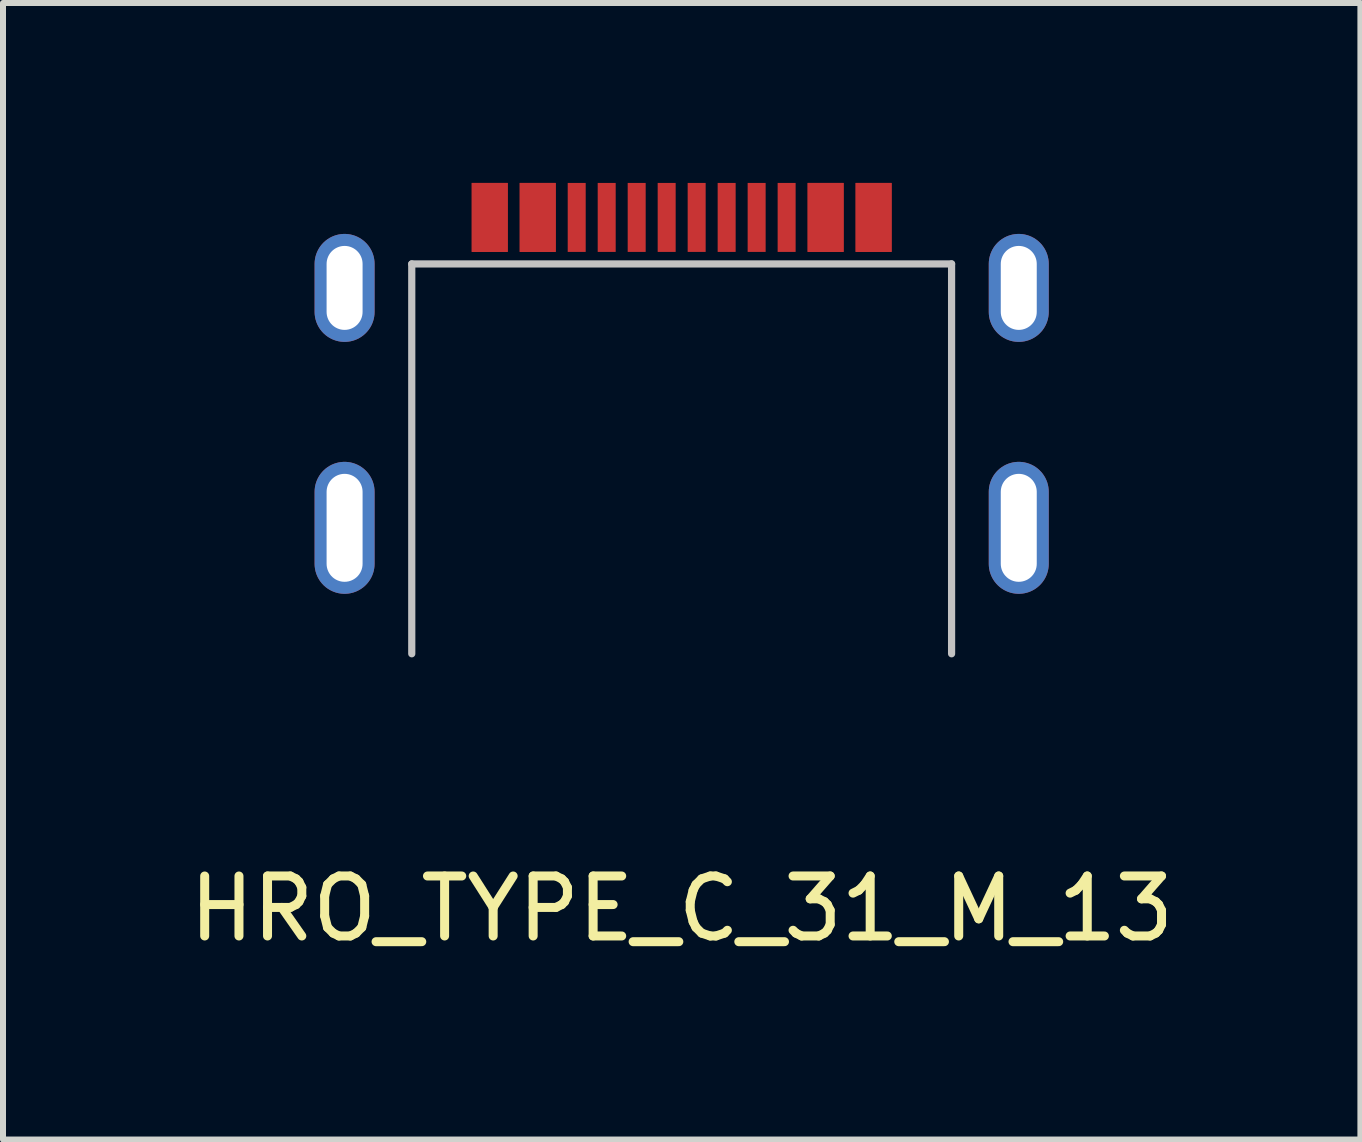
<source format=kicad_pcb>
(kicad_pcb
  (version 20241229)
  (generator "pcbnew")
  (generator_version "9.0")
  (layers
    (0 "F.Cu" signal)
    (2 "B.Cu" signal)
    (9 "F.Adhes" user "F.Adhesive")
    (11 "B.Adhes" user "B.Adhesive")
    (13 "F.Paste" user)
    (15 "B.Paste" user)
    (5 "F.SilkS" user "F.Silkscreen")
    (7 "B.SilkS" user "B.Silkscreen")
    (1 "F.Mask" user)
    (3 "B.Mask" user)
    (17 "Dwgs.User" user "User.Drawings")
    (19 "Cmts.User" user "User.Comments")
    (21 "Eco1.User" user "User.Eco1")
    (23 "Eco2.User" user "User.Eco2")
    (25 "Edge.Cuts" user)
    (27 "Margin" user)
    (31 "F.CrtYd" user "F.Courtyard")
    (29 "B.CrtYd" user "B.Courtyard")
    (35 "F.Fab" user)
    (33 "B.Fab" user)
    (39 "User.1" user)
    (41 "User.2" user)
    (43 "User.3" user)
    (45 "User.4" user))
  (footprint "HRO_TYPE_C_31_M_13"
    (layer "F.Cu")
    (at 8.315 7.85)
    (property "Reference" "HRO_TYPE_C_31_M_13" (at 0 4.25 0) (layer "F.SilkS") (effects (font (size 1 1) (thickness 0.15))))
    (attr through_hole)
    (fp_line (start -4.5 -6.5) (end 4.5 -6.5) (stroke (width 0.12) (type solid)) (layer "Dwgs.User"))
    (fp_line (start -4.5 0) (end -4.5 -6.5) (stroke (width 0.12) (type solid)) (layer "Dwgs.User"))
    (fp_line (start 4.5 0) (end 4.5 -6.5) (stroke (width 0.12) (type solid)) (layer "Dwgs.User"))
    (pad "A1" smd rect (at -3.2 -7.275) (size 0.6 1.15) (layers "F.Cu" "F.Mask" "F.Paste"))
    (pad "A4" smd rect (at -2.4 -7.275) (size 0.6 1.15) (layers "F.Cu" "F.Mask" "F.Paste"))
    (pad "A5" smd rect (at -1.25 -7.275) (size 0.3 1.15) (layers "F.Cu" "F.Mask" "F.Paste"))
    (pad "A6" smd rect (at -0.25 -7.275) (size 0.3 1.15) (layers "F.Cu" "F.Mask" "F.Paste"))
    (pad "A7" smd rect (at 0.25 -7.275) (size 0.3 1.15) (layers "F.Cu" "F.Mask" "F.Paste"))
    (pad "A8" smd rect (at 1.25 -7.275) (size 0.3 1.15) (layers "F.Cu" "F.Mask" "F.Paste"))
    (pad "A9" smd rect (at 2.4 -7.275) (size 0.6 1.15) (layers "F.Cu" "F.Mask" "F.Paste"))
    (pad "A12" smd rect (at 3.2 -7.275) (size 0.6 1.15) (layers "F.Cu" "F.Mask" "F.Paste"))
    (pad "B1" smd rect (at 3.2 -7.275) (size 0.6 1.15) (layers "F.Cu" "F.Mask" "F.Paste"))
    (pad "B4" smd rect (at 2.4 -7.275) (size 0.6 1.15) (layers "F.Cu" "F.Mask" "F.Paste"))
    (pad "B5" smd rect (at 1.75 -7.275) (size 0.3 1.15) (layers "F.Cu" "F.Mask" "F.Paste"))
    (pad "B6" smd rect (at 0.75 -7.275) (size 0.3 1.15) (layers "F.Cu" "F.Mask" "F.Paste"))
    (pad "B7" smd rect (at -0.75 -7.275) (size 0.3 1.15) (layers "F.Cu" "F.Mask" "F.Paste"))
    (pad "B8" smd rect (at -1.75 -7.275) (size 0.3 1.15) (layers "F.Cu" "F.Mask" "F.Paste"))
    (pad "B9" smd rect (at -2.4 -7.275) (size 0.6 1.15) (layers "F.Cu" "F.Mask" "F.Paste"))
    (pad "B12" smd rect (at -3.2 -7.275) (size 0.6 1.15) (layers "F.Cu" "F.Mask" "F.Paste"))
    (pad "S1" thru_hole oval (at -5.62 -6.1) (size 1 1.8) (drill oval 0.6 1.4) (layers "*.Cu" "*.Mask"))
    (pad "S1" thru_hole oval (at -5.62 -2.1) (size 1 2.2) (drill oval 0.6 1.8) (layers "*.Cu" "*.Mask"))
    (pad "S1" thru_hole oval (at 5.62 -6.1) (size 1 1.8) (drill oval 0.6 1.4) (layers "*.Cu" "*.Mask"))
    (pad "S1" thru_hole oval (at 5.62 -2.1) (size 1 2.2) (drill oval 0.6 1.8) (layers "*.Cu" "*.Mask")))
  (gr_rect
    (start -3 -3)
    (end 19.631 15.948)
    (stroke (width 0.1) (type default))
    (fill no)
    (layer "Edge.Cuts")))
</source>
